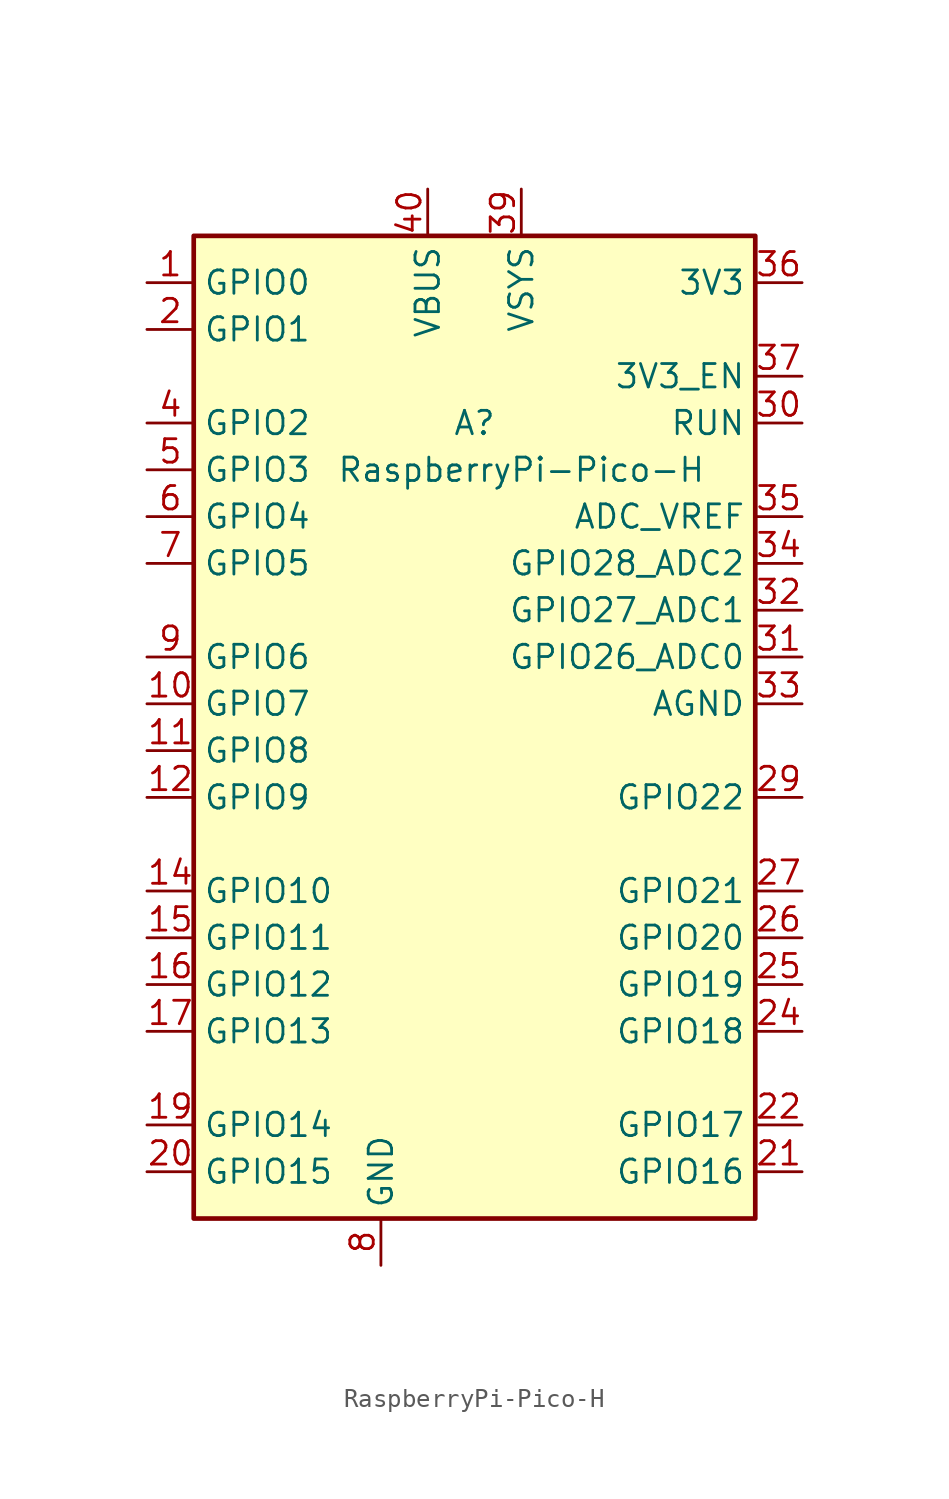
<source format=kicad_sym>
(kicad_symbol_lib
  (version 20220914)
  (generator kicad_symbol_editor)
  (symbol "RaspberryPi-Pico-H"
    (property "Reference" "A"
      (at 0 17.78 0)
      (effects (font (size 1.27 1.27))))
    (property "Value" "RaspberryPi-Pico-H"
      (at 2.54 15.24 0)
      (effects (font (size 1.27 1.27))))
    (symbol "RaspberryPi-Pico-H_1_1"
      (rectangle (start -15.24 27.94) (end 15.24 -25.4) (stroke (width 0.254) (type default)) (fill (type background)))
      (pin bidirectional line (at -17.78 25.4 0) (length 2.54) (name "GPIO0" (effects (font (size 1.27 1.27)))) (number "1" (effects (font (size 1.27 1.27)))) (alternate "I2C0_SDA" bidirectional line) (alternate "PWM0_A" output line) (alternate "SPI0_RX" input line) (alternate "UART0_TX" output line) (alternate "USB_OVCUR_DET" input line))
      (pin bidirectional line (at -17.78 2.54 0) (length 2.54) (name "GPIO7" (effects (font (size 1.27 1.27)))) (number "10" (effects (font (size 1.27 1.27)))) (alternate "I2C1_SCL" bidirectional line) (alternate "PWM3_B" bidirectional line) (alternate "SPI0_TX" output line) (alternate "USB_VBUS_DET" input line) (alternate "~{UART1_RTS}" output line))
      (pin bidirectional line (at -17.78 0 0) (length 2.54) (name "GPIO8" (effects (font (size 1.27 1.27)))) (number "11" (effects (font (size 1.27 1.27)))) (alternate "I2C0_SDA" bidirectional line) (alternate "PWM4_A" output line) (alternate "SPI1_RX" input line) (alternate "UART1_TX" output line) (alternate "USB_VBUS_EN" output line))
      (pin bidirectional line (at -17.78 -2.54 0) (length 2.54) (name "GPIO9" (effects (font (size 1.27 1.27)))) (number "12" (effects (font (size 1.27 1.27)))) (alternate "I2C0_SCL" bidirectional line) (alternate "PWM4_B" bidirectional line) (alternate "UART1_RX" input line) (alternate "USB_OVCUR_DET" input line) (alternate "~{SPI1_CS}" output line))
      (pin passive line (at -5.08 -27.94 90) (length 2.54) hide (name "GND" (effects (font (size 1.27 1.27)))) (number "13" (effects (font (size 1.27 1.27)))))
      (pin bidirectional line (at -17.78 -7.62 0) (length 2.54) (name "GPIO10" (effects (font (size 1.27 1.27)))) (number "14" (effects (font (size 1.27 1.27)))) (alternate "I2C1_SDA" bidirectional line) (alternate "PWM5_A" output line) (alternate "SPI1_SCK" bidirectional line) (alternate "USB_VBUS_DET" input line) (alternate "~{UART1_CTS}" input line))
      (pin bidirectional line (at -17.78 -10.16 0) (length 2.54) (name "GPIO11" (effects (font (size 1.27 1.27)))) (number "15" (effects (font (size 1.27 1.27)))) (alternate "I2C1_SCL" bidirectional line) (alternate "PWM5_B" bidirectional line) (alternate "SPI1_TX" output line) (alternate "USB_VBUS_EN" output line) (alternate "~{UART1_RTS}" output line))
      (pin bidirectional line (at -17.78 -12.7 0) (length 2.54) (name "GPIO12" (effects (font (size 1.27 1.27)))) (number "16" (effects (font (size 1.27 1.27)))) (alternate "I2C0_SDA" bidirectional line) (alternate "PWM6_A" output line) (alternate "SPI1_RX" input line) (alternate "UART0_TX" output line) (alternate "USB_OVCUR_DET" input line))
      (pin bidirectional line (at -17.78 -15.24 0) (length 2.54) (name "GPIO13" (effects (font (size 1.27 1.27)))) (number "17" (effects (font (size 1.27 1.27)))) (alternate "I2C0_SCL" bidirectional line) (alternate "PWM6_B" bidirectional line) (alternate "UART0_RX" input line) (alternate "USB_VBUS_DET" input line) (alternate "~{SPI1_CS}" output line))
      (pin passive line (at -5.08 -27.94 90) (length 2.54) hide (name "GND" (effects (font (size 1.27 1.27)))) (number "18" (effects (font (size 1.27 1.27)))))
      (pin bidirectional line (at -17.78 -20.32 0) (length 2.54) (name "GPIO14" (effects (font (size 1.27 1.27)))) (number "19" (effects (font (size 1.27 1.27)))) (alternate "I2C1_SDA" bidirectional line) (alternate "PWM7_A" output line) (alternate "SPI1_SCK" bidirectional line) (alternate "USB_VBUS_EN" output line) (alternate "~{UART0_CTS}" input line))
      (pin bidirectional line (at -17.78 22.86 0) (length 2.54) (name "GPIO1" (effects (font (size 1.27 1.27)))) (number "2" (effects (font (size 1.27 1.27)))) (alternate "I2C0_SCL" bidirectional line) (alternate "PWM0_B" bidirectional line) (alternate "UART0_RX" input line) (alternate "USB_VBUS_DET" input line) (alternate "~{SPI0_CS}" output line))
      (pin bidirectional line (at -17.78 -22.86 0) (length 2.54) (name "GPIO15" (effects (font (size 1.27 1.27)))) (number "20" (effects (font (size 1.27 1.27)))) (alternate "I2C1_SCL" bidirectional line) (alternate "PWM7_B" bidirectional line) (alternate "SPI1_TX" output line) (alternate "USB_OVCUR_DET" input line) (alternate "~{UART0_RTS}" output line))
      (pin bidirectional line (at 17.78 -22.86 180) (length 2.54) (name "GPIO16" (effects (font (size 1.27 1.27)))) (number "21" (effects (font (size 1.27 1.27)))) (alternate "I2C0_SDA" bidirectional line) (alternate "PWM0_A" output line) (alternate "SPI0_RX" input line) (alternate "UART0_TX" output line) (alternate "USB_VBUS_DET" input line))
      (pin bidirectional line (at 17.78 -20.32 180) (length 2.54) (name "GPIO17" (effects (font (size 1.27 1.27)))) (number "22" (effects (font (size 1.27 1.27)))) (alternate "I2C0_SCL" bidirectional line) (alternate "PWM0_B" bidirectional line) (alternate "UART0_RX" input line) (alternate "USB_VBUS_EN" output line) (alternate "~{SPI0_CS}" output line))
      (pin passive line (at -5.08 -27.94 90) (length 2.54) hide (name "GND" (effects (font (size 1.27 1.27)))) (number "23" (effects (font (size 1.27 1.27)))))
      (pin bidirectional line (at 17.78 -15.24 180) (length 2.54) (name "GPIO18" (effects (font (size 1.27 1.27)))) (number "24" (effects (font (size 1.27 1.27)))) (alternate "I2C1_SDA" bidirectional line) (alternate "PWM1_A" output line) (alternate "SPI0_SCK" bidirectional line) (alternate "USB_OVCUR_DET" input line) (alternate "~{UART0_CTS}" input line))
      (pin bidirectional line (at 17.78 -12.7 180) (length 2.54) (name "GPIO19" (effects (font (size 1.27 1.27)))) (number "25" (effects (font (size 1.27 1.27)))) (alternate "I2C1_SCL" bidirectional line) (alternate "PWM1_B" bidirectional line) (alternate "SPI0_TX" output line) (alternate "USB_VBUS_DET" input line) (alternate "~{UART0_RTS}" output line))
      (pin bidirectional line (at 17.78 -10.16 180) (length 2.54) (name "GPIO20" (effects (font (size 1.27 1.27)))) (number "26" (effects (font (size 1.27 1.27)))) (alternate "CLOCK_GPIN0" input line) (alternate "I2C0_SDA" bidirectional line) (alternate "PWM2_A" output line) (alternate "SPI0_RX" input line) (alternate "UART1_TX" output line) (alternate "USB_VBUS_EN" output line))
      (pin bidirectional line (at 17.78 -7.62 180) (length 2.54) (name "GPIO21" (effects (font (size 1.27 1.27)))) (number "27" (effects (font (size 1.27 1.27)))) (alternate "CLOCK_GPOUT0" output line) (alternate "I2C0_SCL" bidirectional line) (alternate "PWM2_B" bidirectional line) (alternate "UART1_RX" input line) (alternate "USB_OVCUR_DET" input line) (alternate "~{SPI0_CS}" output line))
      (pin passive line (at -5.08 -27.94 90) (length 2.54) hide (name "GND" (effects (font (size 1.27 1.27)))) (number "28" (effects (font (size 1.27 1.27)))))
      (pin bidirectional line (at 17.78 -2.54 180) (length 2.54) (name "GPIO22" (effects (font (size 1.27 1.27)))) (number "29" (effects (font (size 1.27 1.27)))) (alternate "CLOCK_GPIN1" input line) (alternate "I2C1_SDA" bidirectional line) (alternate "PWM3_A" output line) (alternate "SPI0_SCK" bidirectional line) (alternate "USB_VBUS_DET" input line) (alternate "~{UART1_CTS}" input line))
      (pin passive line (at -5.08 -27.94 90) (length 2.54) hide (name "GND" (effects (font (size 1.27 1.27)))) (number "3" (effects (font (size 1.27 1.27)))))
      (pin input line (at 17.78 17.78 180) (length 2.54) (name "RUN" (effects (font (size 1.27 1.27)))) (number "30" (effects (font (size 1.27 1.27)))) (alternate "~{RESET}" input line))
      (pin bidirectional line (at 17.78 5.08 180) (length 2.54) (name "GPIO26_ADC0" (effects (font (size 1.27 1.27)))) (number "31" (effects (font (size 1.27 1.27)))) (alternate "ADC0" input line) (alternate "GPIO26" bidirectional line) (alternate "I2C1_SDA" bidirectional line) (alternate "PWM5_A" output line) (alternate "SPI1_SCK" bidirectional line) (alternate "USB_VBUS_EN" output line) (alternate "~{UART1_CTS}" input line))
      (pin bidirectional line (at 17.78 7.62 180) (length 2.54) (name "GPIO27_ADC1" (effects (font (size 1.27 1.27)))) (number "32" (effects (font (size 1.27 1.27)))) (alternate "ADC1" input line) (alternate "GPIO27" bidirectional line) (alternate "I2C1_SCL" bidirectional line) (alternate "PWM5_B" bidirectional line) (alternate "SPI1_TX" output line) (alternate "USB_OVCUR_DET" input line) (alternate "~{UART1_RTS}" output line))
      (pin power_in line (at 17.78 2.54 180) (length 2.54) (name "AGND" (effects (font (size 1.27 1.27)))) (number "33" (effects (font (size 1.27 1.27)))) (alternate "GND" power_in line))
      (pin bidirectional line (at 17.78 10.16 180) (length 2.54) (name "GPIO28_ADC2" (effects (font (size 1.27 1.27)))) (number "34" (effects (font (size 1.27 1.27)))) (alternate "ADC2" input line) (alternate "GPIO28" bidirectional line) (alternate "I2C0_SDA" bidirectional line) (alternate "PWM6_A" output line) (alternate "SPI1_RX" input line) (alternate "UART0_TX" output line) (alternate "USB_VBUS_DET" input line))
      (pin power_in line (at 17.78 12.7 180) (length 2.54) (name "ADC_VREF" (effects (font (size 1.27 1.27)))) (number "35" (effects (font (size 1.27 1.27)))))
      (pin power_out line (at 17.78 25.4 180) (length 2.54) (name "3V3" (effects (font (size 1.27 1.27)))) (number "36" (effects (font (size 1.27 1.27)))))
      (pin input line (at 17.78 20.32 180) (length 2.54) (name "3V3_EN" (effects (font (size 1.27 1.27)))) (number "37" (effects (font (size 1.27 1.27)))))
      (pin passive line (at -5.08 -27.94 90) (length 2.54) hide (name "GND" (effects (font (size 1.27 1.27)))) (number "38" (effects (font (size 1.27 1.27)))))
      (pin power_out line (at 2.54 30.48 270) (length 2.54) (name "VSYS" (effects (font (size 1.27 1.27)))) (number "39" (effects (font (size 1.27 1.27)))) (alternate "VSYS" power_in line))
      (pin bidirectional line (at -17.78 17.78 0) (length 2.54) (name "GPIO2" (effects (font (size 1.27 1.27)))) (number "4" (effects (font (size 1.27 1.27)))) (alternate "I2C1_SDA" bidirectional line) (alternate "PWM1_A" output line) (alternate "SPI0_SCK" bidirectional line) (alternate "USB_VBUS_EN" output line) (alternate "~{UART0_CTS}" input line))
      (pin power_out line (at -2.54 30.48 270) (length 2.54) (name "VBUS" (effects (font (size 1.27 1.27)))) (number "40" (effects (font (size 1.27 1.27)))) (alternate "VBUS" power_in line))
      (pin bidirectional line (at -17.78 15.24 0) (length 2.54) (name "GPIO3" (effects (font (size 1.27 1.27)))) (number "5" (effects (font (size 1.27 1.27)))) (alternate "I2C1_SCL" bidirectional line) (alternate "PWM1_B" bidirectional line) (alternate "SPI0_TX" output line) (alternate "USB_OVCUR_DET" input line) (alternate "~{UART0_RTS}" output line))
      (pin bidirectional line (at -17.78 12.7 0) (length 2.54) (name "GPIO4" (effects (font (size 1.27 1.27)))) (number "6" (effects (font (size 1.27 1.27)))) (alternate "I2C0_SDA" bidirectional line) (alternate "PWM2_A" output line) (alternate "SPI0_RX" input line) (alternate "UART1_TX" output line) (alternate "USB_VBUS_DET" input line))
      (pin bidirectional line (at -17.78 10.16 0) (length 2.54) (name "GPIO5" (effects (font (size 1.27 1.27)))) (number "7" (effects (font (size 1.27 1.27)))) (alternate "I2C0_SCL" bidirectional line) (alternate "PWM2_B" bidirectional line) (alternate "UART1_RX" input line) (alternate "USB_VBUS_EN" output line) (alternate "~{SPI0_CS}" output line))
      (pin power_in line (at -5.08 -27.94 90) (length 2.54) (name "GND" (effects (font (size 1.27 1.27)))) (number "8" (effects (font (size 1.27 1.27)))))
      (pin bidirectional line (at -17.78 5.08 0) (length 2.54) (name "GPIO6" (effects (font (size 1.27 1.27)))) (number "9" (effects (font (size 1.27 1.27)))) (alternate "I2C1_SDA" bidirectional line) (alternate "PWM3_A" output line) (alternate "SPI0_SCK" bidirectional line) (alternate "USB_OVCUR_DET" input line) (alternate "~{UART1_CTS}" input line)))))
</source>
